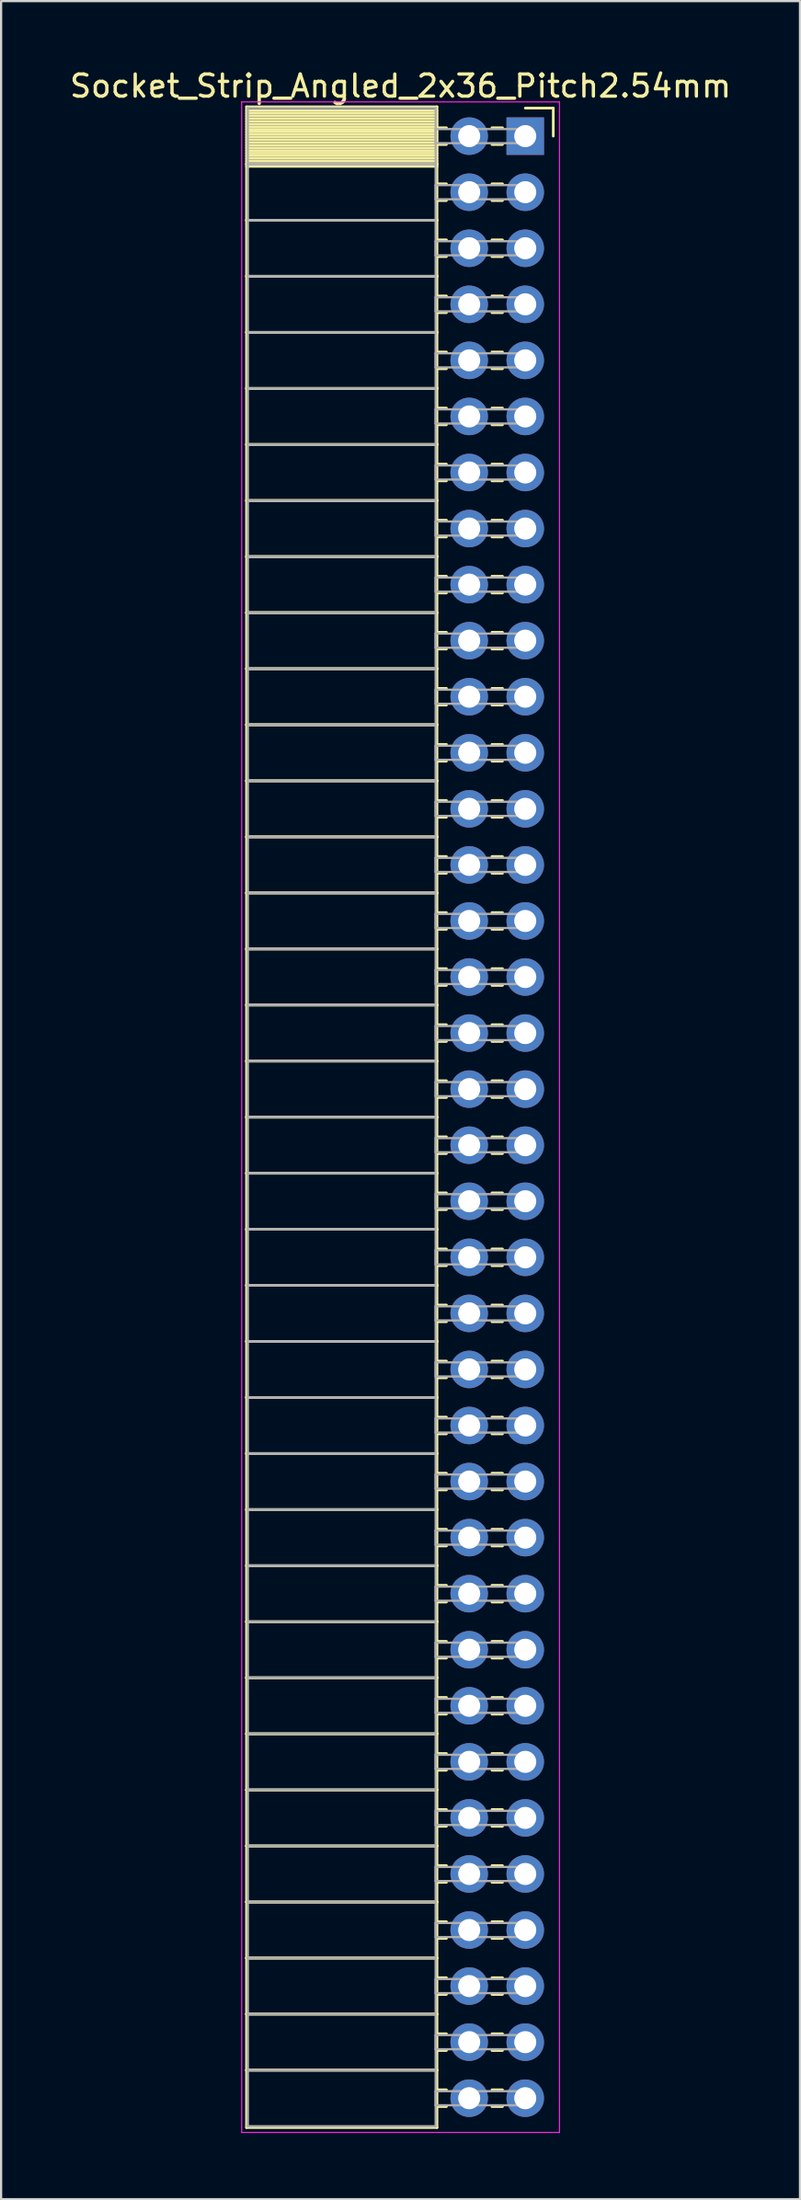
<source format=kicad_pcb>
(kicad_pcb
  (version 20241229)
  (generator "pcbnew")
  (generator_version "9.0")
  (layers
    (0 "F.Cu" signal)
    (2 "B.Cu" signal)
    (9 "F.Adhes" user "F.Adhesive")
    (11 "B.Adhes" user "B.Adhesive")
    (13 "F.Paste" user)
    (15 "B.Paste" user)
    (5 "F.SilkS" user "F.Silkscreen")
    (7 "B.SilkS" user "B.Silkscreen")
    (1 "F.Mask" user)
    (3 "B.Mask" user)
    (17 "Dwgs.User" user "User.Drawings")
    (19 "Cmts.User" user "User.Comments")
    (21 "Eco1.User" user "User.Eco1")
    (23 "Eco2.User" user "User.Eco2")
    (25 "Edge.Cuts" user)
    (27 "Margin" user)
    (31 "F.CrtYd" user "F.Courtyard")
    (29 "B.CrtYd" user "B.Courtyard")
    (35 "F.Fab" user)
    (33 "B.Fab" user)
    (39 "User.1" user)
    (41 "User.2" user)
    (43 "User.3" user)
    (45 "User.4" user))
  (footprint "Socket_Strip_Angled_2x36_Pitch2.54mm"
    (layer "F.Cu")
    (at 20.751 3.118)
    (property "Reference" "Socket_Strip_Angled_2x36_Pitch2.54mm" (at -5.65 -2.27 0) (layer "F.SilkS") (effects (font (size 1 1) (thickness 0.15))))
    (attr through_hole)
    (fp_line (start -12.63 -1.33) (end -4 -1.33) (stroke (width 0.12) (type solid)) (layer "F.SilkS"))
    (fp_line (start -12.63 1.27) (end -12.63 -1.33) (stroke (width 0.12) (type solid)) (layer "F.SilkS"))
    (fp_line (start -12.63 1.27) (end -4 1.27) (stroke (width 0.12) (type solid)) (layer "F.SilkS"))
    (fp_line (start -12.63 3.81) (end -12.63 1.27) (stroke (width 0.12) (type solid)) (layer "F.SilkS"))
    (fp_line (start -12.63 3.81) (end -4 3.81) (stroke (width 0.12) (type solid)) (layer "F.SilkS"))
    (fp_line (start -12.63 6.35) (end -12.63 3.81) (stroke (width 0.12) (type solid)) (layer "F.SilkS"))
    (fp_line (start -12.63 6.35) (end -4 6.35) (stroke (width 0.12) (type solid)) (layer "F.SilkS"))
    (fp_line (start -12.63 8.89) (end -12.63 6.35) (stroke (width 0.12) (type solid)) (layer "F.SilkS"))
    (fp_line (start -12.63 8.89) (end -4 8.89) (stroke (width 0.12) (type solid)) (layer "F.SilkS"))
    (fp_line (start -12.63 11.43) (end -12.63 8.89) (stroke (width 0.12) (type solid)) (layer "F.SilkS"))
    (fp_line (start -12.63 11.43) (end -4 11.43) (stroke (width 0.12) (type solid)) (layer "F.SilkS"))
    (fp_line (start -12.63 13.97) (end -12.63 11.43) (stroke (width 0.12) (type solid)) (layer "F.SilkS"))
    (fp_line (start -12.63 13.97) (end -4 13.97) (stroke (width 0.12) (type solid)) (layer "F.SilkS"))
    (fp_line (start -12.63 16.51) (end -12.63 13.97) (stroke (width 0.12) (type solid)) (layer "F.SilkS"))
    (fp_line (start -12.63 16.51) (end -4 16.51) (stroke (width 0.12) (type solid)) (layer "F.SilkS"))
    (fp_line (start -12.63 19.05) (end -12.63 16.51) (stroke (width 0.12) (type solid)) (layer "F.SilkS"))
    (fp_line (start -12.63 19.05) (end -4 19.05) (stroke (width 0.12) (type solid)) (layer "F.SilkS"))
    (fp_line (start -12.63 21.59) (end -12.63 19.05) (stroke (width 0.12) (type solid)) (layer "F.SilkS"))
    (fp_line (start -12.63 21.59) (end -4 21.59) (stroke (width 0.12) (type solid)) (layer "F.SilkS"))
    (fp_line (start -12.63 24.13) (end -12.63 21.59) (stroke (width 0.12) (type solid)) (layer "F.SilkS"))
    (fp_line (start -12.63 24.13) (end -4 24.13) (stroke (width 0.12) (type solid)) (layer "F.SilkS"))
    (fp_line (start -12.63 26.67) (end -12.63 24.13) (stroke (width 0.12) (type solid)) (layer "F.SilkS"))
    (fp_line (start -12.63 26.67) (end -4 26.67) (stroke (width 0.12) (type solid)) (layer "F.SilkS"))
    (fp_line (start -12.63 29.21) (end -12.63 26.67) (stroke (width 0.12) (type solid)) (layer "F.SilkS"))
    (fp_line (start -12.63 29.21) (end -4 29.21) (stroke (width 0.12) (type solid)) (layer "F.SilkS"))
    (fp_line (start -12.63 31.75) (end -12.63 29.21) (stroke (width 0.12) (type solid)) (layer "F.SilkS"))
    (fp_line (start -12.63 31.75) (end -4 31.75) (stroke (width 0.12) (type solid)) (layer "F.SilkS"))
    (fp_line (start -12.63 34.29) (end -12.63 31.75) (stroke (width 0.12) (type solid)) (layer "F.SilkS"))
    (fp_line (start -12.63 34.29) (end -4 34.29) (stroke (width 0.12) (type solid)) (layer "F.SilkS"))
    (fp_line (start -12.63 36.83) (end -12.63 34.29) (stroke (width 0.12) (type solid)) (layer "F.SilkS"))
    (fp_line (start -12.63 36.83) (end -4 36.83) (stroke (width 0.12) (type solid)) (layer "F.SilkS"))
    (fp_line (start -12.63 39.37) (end -12.63 36.83) (stroke (width 0.12) (type solid)) (layer "F.SilkS"))
    (fp_line (start -12.63 39.37) (end -4 39.37) (stroke (width 0.12) (type solid)) (layer "F.SilkS"))
    (fp_line (start -12.63 41.91) (end -12.63 39.37) (stroke (width 0.12) (type solid)) (layer "F.SilkS"))
    (fp_line (start -12.63 41.91) (end -4 41.91) (stroke (width 0.12) (type solid)) (layer "F.SilkS"))
    (fp_line (start -12.63 44.45) (end -12.63 41.91) (stroke (width 0.12) (type solid)) (layer "F.SilkS"))
    (fp_line (start -12.63 44.45) (end -4 44.45) (stroke (width 0.12) (type solid)) (layer "F.SilkS"))
    (fp_line (start -12.63 46.99) (end -12.63 44.45) (stroke (width 0.12) (type solid)) (layer "F.SilkS"))
    (fp_line (start -12.63 46.99) (end -4 46.99) (stroke (width 0.12) (type solid)) (layer "F.SilkS"))
    (fp_line (start -12.63 49.53) (end -12.63 46.99) (stroke (width 0.12) (type solid)) (layer "F.SilkS"))
    (fp_line (start -12.63 49.53) (end -4 49.53) (stroke (width 0.12) (type solid)) (layer "F.SilkS"))
    (fp_line (start -12.63 52.07) (end -12.63 49.53) (stroke (width 0.12) (type solid)) (layer "F.SilkS"))
    (fp_line (start -12.63 52.07) (end -4 52.07) (stroke (width 0.12) (type solid)) (layer "F.SilkS"))
    (fp_line (start -12.63 54.61) (end -12.63 52.07) (stroke (width 0.12) (type solid)) (layer "F.SilkS"))
    (fp_line (start -12.63 54.61) (end -4 54.61) (stroke (width 0.12) (type solid)) (layer "F.SilkS"))
    (fp_line (start -12.63 57.15) (end -12.63 54.61) (stroke (width 0.12) (type solid)) (layer "F.SilkS"))
    (fp_line (start -12.63 57.15) (end -4 57.15) (stroke (width 0.12) (type solid)) (layer "F.SilkS"))
    (fp_line (start -12.63 59.69) (end -12.63 57.15) (stroke (width 0.12) (type solid)) (layer "F.SilkS"))
    (fp_line (start -12.63 59.69) (end -4 59.69) (stroke (width 0.12) (type solid)) (layer "F.SilkS"))
    (fp_line (start -12.63 62.23) (end -12.63 59.69) (stroke (width 0.12) (type solid)) (layer "F.SilkS"))
    (fp_line (start -12.63 62.23) (end -4 62.23) (stroke (width 0.12) (type solid)) (layer "F.SilkS"))
    (fp_line (start -12.63 64.77) (end -12.63 62.23) (stroke (width 0.12) (type solid)) (layer "F.SilkS"))
    (fp_line (start -12.63 64.77) (end -4 64.77) (stroke (width 0.12) (type solid)) (layer "F.SilkS"))
    (fp_line (start -12.63 67.31) (end -12.63 64.77) (stroke (width 0.12) (type solid)) (layer "F.SilkS"))
    (fp_line (start -12.63 67.31) (end -4 67.31) (stroke (width 0.12) (type solid)) (layer "F.SilkS"))
    (fp_line (start -12.63 69.85) (end -12.63 67.31) (stroke (width 0.12) (type solid)) (layer "F.SilkS"))
    (fp_line (start -12.63 69.85) (end -4 69.85) (stroke (width 0.12) (type solid)) (layer "F.SilkS"))
    (fp_line (start -12.63 72.39) (end -12.63 69.85) (stroke (width 0.12) (type solid)) (layer "F.SilkS"))
    (fp_line (start -12.63 72.39) (end -4 72.39) (stroke (width 0.12) (type solid)) (layer "F.SilkS"))
    (fp_line (start -12.63 74.93) (end -12.63 72.39) (stroke (width 0.12) (type solid)) (layer "F.SilkS"))
    (fp_line (start -12.63 74.93) (end -4 74.93) (stroke (width 0.12) (type solid)) (layer "F.SilkS"))
    (fp_line (start -12.63 77.47) (end -12.63 74.93) (stroke (width 0.12) (type solid)) (layer "F.SilkS"))
    (fp_line (start -12.63 77.47) (end -4 77.47) (stroke (width 0.12) (type solid)) (layer "F.SilkS"))
    (fp_line (start -12.63 80.01) (end -12.63 77.47) (stroke (width 0.12) (type solid)) (layer "F.SilkS"))
    (fp_line (start -12.63 80.01) (end -4 80.01) (stroke (width 0.12) (type solid)) (layer "F.SilkS"))
    (fp_line (start -12.63 82.55) (end -12.63 80.01) (stroke (width 0.12) (type solid)) (layer "F.SilkS"))
    (fp_line (start -12.63 82.55) (end -4 82.55) (stroke (width 0.12) (type solid)) (layer "F.SilkS"))
    (fp_line (start -12.63 85.09) (end -12.63 82.55) (stroke (width 0.12) (type solid)) (layer "F.SilkS"))
    (fp_line (start -12.63 85.09) (end -4 85.09) (stroke (width 0.12) (type solid)) (layer "F.SilkS"))
    (fp_line (start -12.63 87.63) (end -12.63 85.09) (stroke (width 0.12) (type solid)) (layer "F.SilkS"))
    (fp_line (start -12.63 87.63) (end -4 87.63) (stroke (width 0.12) (type solid)) (layer "F.SilkS"))
    (fp_line (start -12.63 90.23) (end -12.63 87.63) (stroke (width 0.12) (type solid)) (layer "F.SilkS"))
    (fp_line (start -4 -1.33) (end -4 1.27) (stroke (width 0.12) (type solid)) (layer "F.SilkS"))
    (fp_line (start -4 -1.15) (end -12.63 -1.15) (stroke (width 0.12) (type solid)) (layer "F.SilkS"))
    (fp_line (start -4 -1.03) (end -12.63 -1.03) (stroke (width 0.12) (type solid)) (layer "F.SilkS"))
    (fp_line (start -4 -0.91) (end -12.63 -0.91) (stroke (width 0.12) (type solid)) (layer "F.SilkS"))
    (fp_line (start -4 -0.79) (end -12.63 -0.79) (stroke (width 0.12) (type solid)) (layer "F.SilkS"))
    (fp_line (start -4 -0.67) (end -12.63 -0.67) (stroke (width 0.12) (type solid)) (layer "F.SilkS"))
    (fp_line (start -4 -0.55) (end -12.63 -0.55) (stroke (width 0.12) (type solid)) (layer "F.SilkS"))
    (fp_line (start -4 -0.43) (end -12.63 -0.43) (stroke (width 0.12) (type solid)) (layer "F.SilkS"))
    (fp_line (start -4 -0.31) (end -12.63 -0.31) (stroke (width 0.12) (type solid)) (layer "F.SilkS"))
    (fp_line (start -4 -0.19) (end -12.63 -0.19) (stroke (width 0.12) (type solid)) (layer "F.SilkS"))
    (fp_line (start -4 -0.07) (end -12.63 -0.07) (stroke (width 0.12) (type solid)) (layer "F.SilkS"))
    (fp_line (start -4 0.05) (end -12.63 0.05) (stroke (width 0.12) (type solid)) (layer "F.SilkS"))
    (fp_line (start -4 0.17) (end -12.63 0.17) (stroke (width 0.12) (type solid)) (layer "F.SilkS"))
    (fp_line (start -4 0.29) (end -12.63 0.29) (stroke (width 0.12) (type solid)) (layer "F.SilkS"))
    (fp_line (start -4 0.41) (end -12.63 0.41) (stroke (width 0.12) (type solid)) (layer "F.SilkS"))
    (fp_line (start -4 0.53) (end -12.63 0.53) (stroke (width 0.12) (type solid)) (layer "F.SilkS"))
    (fp_line (start -4 0.65) (end -12.63 0.65) (stroke (width 0.12) (type solid)) (layer "F.SilkS"))
    (fp_line (start -4 0.77) (end -12.63 0.77) (stroke (width 0.12) (type solid)) (layer "F.SilkS"))
    (fp_line (start -4 0.89) (end -12.63 0.89) (stroke (width 0.12) (type solid)) (layer "F.SilkS"))
    (fp_line (start -4 1.01) (end -12.63 1.01) (stroke (width 0.12) (type solid)) (layer "F.SilkS"))
    (fp_line (start -4 1.13) (end -12.63 1.13) (stroke (width 0.12) (type solid)) (layer "F.SilkS"))
    (fp_line (start -4 1.25) (end -12.63 1.25) (stroke (width 0.12) (type solid)) (layer "F.SilkS"))
    (fp_line (start -4 1.27) (end -12.63 1.27) (stroke (width 0.12) (type solid)) (layer "F.SilkS"))
    (fp_line (start -4 1.27) (end -4 3.81) (stroke (width 0.12) (type solid)) (layer "F.SilkS"))
    (fp_line (start -4 1.37) (end -12.63 1.37) (stroke (width 0.12) (type solid)) (layer "F.SilkS"))
    (fp_line (start -4 3.81) (end -12.63 3.81) (stroke (width 0.12) (type solid)) (layer "F.SilkS"))
    (fp_line (start -4 3.81) (end -4 6.35) (stroke (width 0.12) (type solid)) (layer "F.SilkS"))
    (fp_line (start -4 6.35) (end -12.63 6.35) (stroke (width 0.12) (type solid)) (layer "F.SilkS"))
    (fp_line (start -4 6.35) (end -4 8.89) (stroke (width 0.12) (type solid)) (layer "F.SilkS"))
    (fp_line (start -4 8.89) (end -12.63 8.89) (stroke (width 0.12) (type solid)) (layer "F.SilkS"))
    (fp_line (start -4 8.89) (end -4 11.43) (stroke (width 0.12) (type solid)) (layer "F.SilkS"))
    (fp_line (start -4 11.43) (end -12.63 11.43) (stroke (width 0.12) (type solid)) (layer "F.SilkS"))
    (fp_line (start -4 11.43) (end -4 13.97) (stroke (width 0.12) (type solid)) (layer "F.SilkS"))
    (fp_line (start -4 13.97) (end -12.63 13.97) (stroke (width 0.12) (type solid)) (layer "F.SilkS"))
    (fp_line (start -4 13.97) (end -4 16.51) (stroke (width 0.12) (type solid)) (layer "F.SilkS"))
    (fp_line (start -4 16.51) (end -12.63 16.51) (stroke (width 0.12) (type solid)) (layer "F.SilkS"))
    (fp_line (start -4 16.51) (end -4 19.05) (stroke (width 0.12) (type solid)) (layer "F.SilkS"))
    (fp_line (start -4 19.05) (end -12.63 19.05) (stroke (width 0.12) (type solid)) (layer "F.SilkS"))
    (fp_line (start -4 19.05) (end -4 21.59) (stroke (width 0.12) (type solid)) (layer "F.SilkS"))
    (fp_line (start -4 21.59) (end -12.63 21.59) (stroke (width 0.12) (type solid)) (layer "F.SilkS"))
    (fp_line (start -4 21.59) (end -4 24.13) (stroke (width 0.12) (type solid)) (layer "F.SilkS"))
    (fp_line (start -4 24.13) (end -12.63 24.13) (stroke (width 0.12) (type solid)) (layer "F.SilkS"))
    (fp_line (start -4 24.13) (end -4 26.67) (stroke (width 0.12) (type solid)) (layer "F.SilkS"))
    (fp_line (start -4 26.67) (end -12.63 26.67) (stroke (width 0.12) (type solid)) (layer "F.SilkS"))
    (fp_line (start -4 26.67) (end -4 29.21) (stroke (width 0.12) (type solid)) (layer "F.SilkS"))
    (fp_line (start -4 29.21) (end -12.63 29.21) (stroke (width 0.12) (type solid)) (layer "F.SilkS"))
    (fp_line (start -4 29.21) (end -4 31.75) (stroke (width 0.12) (type solid)) (layer "F.SilkS"))
    (fp_line (start -4 31.75) (end -12.63 31.75) (stroke (width 0.12) (type solid)) (layer "F.SilkS"))
    (fp_line (start -4 31.75) (end -4 34.29) (stroke (width 0.12) (type solid)) (layer "F.SilkS"))
    (fp_line (start -4 34.29) (end -12.63 34.29) (stroke (width 0.12) (type solid)) (layer "F.SilkS"))
    (fp_line (start -4 34.29) (end -4 36.83) (stroke (width 0.12) (type solid)) (layer "F.SilkS"))
    (fp_line (start -4 36.83) (end -12.63 36.83) (stroke (width 0.12) (type solid)) (layer "F.SilkS"))
    (fp_line (start -4 36.83) (end -4 39.37) (stroke (width 0.12) (type solid)) (layer "F.SilkS"))
    (fp_line (start -4 39.37) (end -12.63 39.37) (stroke (width 0.12) (type solid)) (layer "F.SilkS"))
    (fp_line (start -4 39.37) (end -4 41.91) (stroke (width 0.12) (type solid)) (layer "F.SilkS"))
    (fp_line (start -4 41.91) (end -12.63 41.91) (stroke (width 0.12) (type solid)) (layer "F.SilkS"))
    (fp_line (start -4 41.91) (end -4 44.45) (stroke (width 0.12) (type solid)) (layer "F.SilkS"))
    (fp_line (start -4 44.45) (end -12.63 44.45) (stroke (width 0.12) (type solid)) (layer "F.SilkS"))
    (fp_line (start -4 44.45) (end -4 46.99) (stroke (width 0.12) (type solid)) (layer "F.SilkS"))
    (fp_line (start -4 46.99) (end -12.63 46.99) (stroke (width 0.12) (type solid)) (layer "F.SilkS"))
    (fp_line (start -4 46.99) (end -4 49.53) (stroke (width 0.12) (type solid)) (layer "F.SilkS"))
    (fp_line (start -4 49.53) (end -12.63 49.53) (stroke (width 0.12) (type solid)) (layer "F.SilkS"))
    (fp_line (start -4 49.53) (end -4 52.07) (stroke (width 0.12) (type solid)) (layer "F.SilkS"))
    (fp_line (start -4 52.07) (end -12.63 52.07) (stroke (width 0.12) (type solid)) (layer "F.SilkS"))
    (fp_line (start -4 52.07) (end -4 54.61) (stroke (width 0.12) (type solid)) (layer "F.SilkS"))
    (fp_line (start -4 54.61) (end -12.63 54.61) (stroke (width 0.12) (type solid)) (layer "F.SilkS"))
    (fp_line (start -4 54.61) (end -4 57.15) (stroke (width 0.12) (type solid)) (layer "F.SilkS"))
    (fp_line (start -4 57.15) (end -12.63 57.15) (stroke (width 0.12) (type solid)) (layer "F.SilkS"))
    (fp_line (start -4 57.15) (end -4 59.69) (stroke (width 0.12) (type solid)) (layer "F.SilkS"))
    (fp_line (start -4 59.69) (end -12.63 59.69) (stroke (width 0.12) (type solid)) (layer "F.SilkS"))
    (fp_line (start -4 59.69) (end -4 62.23) (stroke (width 0.12) (type solid)) (layer "F.SilkS"))
    (fp_line (start -4 62.23) (end -12.63 62.23) (stroke (width 0.12) (type solid)) (layer "F.SilkS"))
    (fp_line (start -4 62.23) (end -4 64.77) (stroke (width 0.12) (type solid)) (layer "F.SilkS"))
    (fp_line (start -4 64.77) (end -12.63 64.77) (stroke (width 0.12) (type solid)) (layer "F.SilkS"))
    (fp_line (start -4 64.77) (end -4 67.31) (stroke (width 0.12) (type solid)) (layer "F.SilkS"))
    (fp_line (start -4 67.31) (end -12.63 67.31) (stroke (width 0.12) (type solid)) (layer "F.SilkS"))
    (fp_line (start -4 67.31) (end -4 69.85) (stroke (width 0.12) (type solid)) (layer "F.SilkS"))
    (fp_line (start -4 69.85) (end -12.63 69.85) (stroke (width 0.12) (type solid)) (layer "F.SilkS"))
    (fp_line (start -4 69.85) (end -4 72.39) (stroke (width 0.12) (type solid)) (layer "F.SilkS"))
    (fp_line (start -4 72.39) (end -12.63 72.39) (stroke (width 0.12) (type solid)) (layer "F.SilkS"))
    (fp_line (start -4 72.39) (end -4 74.93) (stroke (width 0.12) (type solid)) (layer "F.SilkS"))
    (fp_line (start -4 74.93) (end -12.63 74.93) (stroke (width 0.12) (type solid)) (layer "F.SilkS"))
    (fp_line (start -4 74.93) (end -4 77.47) (stroke (width 0.12) (type solid)) (layer "F.SilkS"))
    (fp_line (start -4 77.47) (end -12.63 77.47) (stroke (width 0.12) (type solid)) (layer "F.SilkS"))
    (fp_line (start -4 77.47) (end -4 80.01) (stroke (width 0.12) (type solid)) (layer "F.SilkS"))
    (fp_line (start -4 80.01) (end -12.63 80.01) (stroke (width 0.12) (type solid)) (layer "F.SilkS"))
    (fp_line (start -4 80.01) (end -4 82.55) (stroke (width 0.12) (type solid)) (layer "F.SilkS"))
    (fp_line (start -4 82.55) (end -12.63 82.55) (stroke (width 0.12) (type solid)) (layer "F.SilkS"))
    (fp_line (start -4 82.55) (end -4 85.09) (stroke (width 0.12) (type solid)) (layer "F.SilkS"))
    (fp_line (start -4 85.09) (end -12.63 85.09) (stroke (width 0.12) (type solid)) (layer "F.SilkS"))
    (fp_line (start -4 85.09) (end -4 87.63) (stroke (width 0.12) (type solid)) (layer "F.SilkS"))
    (fp_line (start -4 87.63) (end -12.63 87.63) (stroke (width 0.12) (type solid)) (layer "F.SilkS"))
    (fp_line (start -4 87.63) (end -4 90.23) (stroke (width 0.12) (type solid)) (layer "F.SilkS"))
    (fp_line (start -4 90.23) (end -12.63 90.23) (stroke (width 0.12) (type solid)) (layer "F.SilkS"))
    (fp_line (start -3.57 -0.38) (end -4 -0.38) (stroke (width 0.12) (type solid)) (layer "F.SilkS"))
    (fp_line (start -3.57 0.38) (end -4 0.38) (stroke (width 0.12) (type solid)) (layer "F.SilkS"))
    (fp_line (start -3.57 2.16) (end -4 2.16) (stroke (width 0.12) (type solid)) (layer "F.SilkS"))
    (fp_line (start -3.57 2.92) (end -4 2.92) (stroke (width 0.12) (type solid)) (layer "F.SilkS"))
    (fp_line (start -3.57 4.7) (end -4 4.7) (stroke (width 0.12) (type solid)) (layer "F.SilkS"))
    (fp_line (start -3.57 5.46) (end -4 5.46) (stroke (width 0.12) (type solid)) (layer "F.SilkS"))
    (fp_line (start -3.57 7.24) (end -4 7.24) (stroke (width 0.12) (type solid)) (layer "F.SilkS"))
    (fp_line (start -3.57 8) (end -4 8) (stroke (width 0.12) (type solid)) (layer "F.SilkS"))
    (fp_line (start -3.57 9.78) (end -4 9.78) (stroke (width 0.12) (type solid)) (layer "F.SilkS"))
    (fp_line (start -3.57 10.54) (end -4 10.54) (stroke (width 0.12) (type solid)) (layer "F.SilkS"))
    (fp_line (start -3.57 12.32) (end -4 12.32) (stroke (width 0.12) (type solid)) (layer "F.SilkS"))
    (fp_line (start -3.57 13.08) (end -4 13.08) (stroke (width 0.12) (type solid)) (layer "F.SilkS"))
    (fp_line (start -3.57 14.86) (end -4 14.86) (stroke (width 0.12) (type solid)) (layer "F.SilkS"))
    (fp_line (start -3.57 15.62) (end -4 15.62) (stroke (width 0.12) (type solid)) (layer "F.SilkS"))
    (fp_line (start -3.57 17.4) (end -4 17.4) (stroke (width 0.12) (type solid)) (layer "F.SilkS"))
    (fp_line (start -3.57 18.16) (end -4 18.16) (stroke (width 0.12) (type solid)) (layer "F.SilkS"))
    (fp_line (start -3.57 19.94) (end -4 19.94) (stroke (width 0.12) (type solid)) (layer "F.SilkS"))
    (fp_line (start -3.57 20.7) (end -4 20.7) (stroke (width 0.12) (type solid)) (layer "F.SilkS"))
    (fp_line (start -3.57 22.48) (end -4 22.48) (stroke (width 0.12) (type solid)) (layer "F.SilkS"))
    (fp_line (start -3.57 23.24) (end -4 23.24) (stroke (width 0.12) (type solid)) (layer "F.SilkS"))
    (fp_line (start -3.57 25.02) (end -4 25.02) (stroke (width 0.12) (type solid)) (layer "F.SilkS"))
    (fp_line (start -3.57 25.78) (end -4 25.78) (stroke (width 0.12) (type solid)) (layer "F.SilkS"))
    (fp_line (start -3.57 27.56) (end -4 27.56) (stroke (width 0.12) (type solid)) (layer "F.SilkS"))
    (fp_line (start -3.57 28.32) (end -4 28.32) (stroke (width 0.12) (type solid)) (layer "F.SilkS"))
    (fp_line (start -3.57 30.1) (end -4 30.1) (stroke (width 0.12) (type solid)) (layer "F.SilkS"))
    (fp_line (start -3.57 30.86) (end -4 30.86) (stroke (width 0.12) (type solid)) (layer "F.SilkS"))
    (fp_line (start -3.57 32.64) (end -4 32.64) (stroke (width 0.12) (type solid)) (layer "F.SilkS"))
    (fp_line (start -3.57 33.4) (end -4 33.4) (stroke (width 0.12) (type solid)) (layer "F.SilkS"))
    (fp_line (start -3.57 35.18) (end -4 35.18) (stroke (width 0.12) (type solid)) (layer "F.SilkS"))
    (fp_line (start -3.57 35.94) (end -4 35.94) (stroke (width 0.12) (type solid)) (layer "F.SilkS"))
    (fp_line (start -3.57 37.72) (end -4 37.72) (stroke (width 0.12) (type solid)) (layer "F.SilkS"))
    (fp_line (start -3.57 38.48) (end -4 38.48) (stroke (width 0.12) (type solid)) (layer "F.SilkS"))
    (fp_line (start -3.57 40.26) (end -4 40.26) (stroke (width 0.12) (type solid)) (layer "F.SilkS"))
    (fp_line (start -3.57 41.02) (end -4 41.02) (stroke (width 0.12) (type solid)) (layer "F.SilkS"))
    (fp_line (start -3.57 42.8) (end -4 42.8) (stroke (width 0.12) (type solid)) (layer "F.SilkS"))
    (fp_line (start -3.57 43.56) (end -4 43.56) (stroke (width 0.12) (type solid)) (layer "F.SilkS"))
    (fp_line (start -3.57 45.34) (end -4 45.34) (stroke (width 0.12) (type solid)) (layer "F.SilkS"))
    (fp_line (start -3.57 46.1) (end -4 46.1) (stroke (width 0.12) (type solid)) (layer "F.SilkS"))
    (fp_line (start -3.57 47.88) (end -4 47.88) (stroke (width 0.12) (type solid)) (layer "F.SilkS"))
    (fp_line (start -3.57 48.64) (end -4 48.64) (stroke (width 0.12) (type solid)) (layer "F.SilkS"))
    (fp_line (start -3.57 50.42) (end -4 50.42) (stroke (width 0.12) (type solid)) (layer "F.SilkS"))
    (fp_line (start -3.57 51.18) (end -4 51.18) (stroke (width 0.12) (type solid)) (layer "F.SilkS"))
    (fp_line (start -3.57 52.96) (end -4 52.96) (stroke (width 0.12) (type solid)) (layer "F.SilkS"))
    (fp_line (start -3.57 53.72) (end -4 53.72) (stroke (width 0.12) (type solid)) (layer "F.SilkS"))
    (fp_line (start -3.57 55.5) (end -4 55.5) (stroke (width 0.12) (type solid)) (layer "F.SilkS"))
    (fp_line (start -3.57 56.26) (end -4 56.26) (stroke (width 0.12) (type solid)) (layer "F.SilkS"))
    (fp_line (start -3.57 58.04) (end -4 58.04) (stroke (width 0.12) (type solid)) (layer "F.SilkS"))
    (fp_line (start -3.57 58.8) (end -4 58.8) (stroke (width 0.12) (type solid)) (layer "F.SilkS"))
    (fp_line (start -3.57 60.58) (end -4 60.58) (stroke (width 0.12) (type solid)) (layer "F.SilkS"))
    (fp_line (start -3.57 61.34) (end -4 61.34) (stroke (width 0.12) (type solid)) (layer "F.SilkS"))
    (fp_line (start -3.57 63.12) (end -4 63.12) (stroke (width 0.12) (type solid)) (layer "F.SilkS"))
    (fp_line (start -3.57 63.88) (end -4 63.88) (stroke (width 0.12) (type solid)) (layer "F.SilkS"))
    (fp_line (start -3.57 65.66) (end -4 65.66) (stroke (width 0.12) (type solid)) (layer "F.SilkS"))
    (fp_line (start -3.57 66.42) (end -4 66.42) (stroke (width 0.12) (type solid)) (layer "F.SilkS"))
    (fp_line (start -3.57 68.2) (end -4 68.2) (stroke (width 0.12) (type solid)) (layer "F.SilkS"))
    (fp_line (start -3.57 68.96) (end -4 68.96) (stroke (width 0.12) (type solid)) (layer "F.SilkS"))
    (fp_line (start -3.57 70.74) (end -4 70.74) (stroke (width 0.12) (type solid)) (layer "F.SilkS"))
    (fp_line (start -3.57 71.5) (end -4 71.5) (stroke (width 0.12) (type solid)) (layer "F.SilkS"))
    (fp_line (start -3.57 73.28) (end -4 73.28) (stroke (width 0.12) (type solid)) (layer "F.SilkS"))
    (fp_line (start -3.57 74.04) (end -4 74.04) (stroke (width 0.12) (type solid)) (layer "F.SilkS"))
    (fp_line (start -3.57 75.82) (end -4 75.82) (stroke (width 0.12) (type solid)) (layer "F.SilkS"))
    (fp_line (start -3.57 76.58) (end -4 76.58) (stroke (width 0.12) (type solid)) (layer "F.SilkS"))
    (fp_line (start -3.57 78.36) (end -4 78.36) (stroke (width 0.12) (type solid)) (layer "F.SilkS"))
    (fp_line (start -3.57 79.12) (end -4 79.12) (stroke (width 0.12) (type solid)) (layer "F.SilkS"))
    (fp_line (start -3.57 80.9) (end -4 80.9) (stroke (width 0.12) (type solid)) (layer "F.SilkS"))
    (fp_line (start -3.57 81.66) (end -4 81.66) (stroke (width 0.12) (type solid)) (layer "F.SilkS"))
    (fp_line (start -3.57 83.44) (end -4 83.44) (stroke (width 0.12) (type solid)) (layer "F.SilkS"))
    (fp_line (start -3.57 84.2) (end -4 84.2) (stroke (width 0.12) (type solid)) (layer "F.SilkS"))
    (fp_line (start -3.57 85.98) (end -4 85.98) (stroke (width 0.12) (type solid)) (layer "F.SilkS"))
    (fp_line (start -3.57 86.74) (end -4 86.74) (stroke (width 0.12) (type solid)) (layer "F.SilkS"))
    (fp_line (start -3.57 88.52) (end -4 88.52) (stroke (width 0.12) (type solid)) (layer "F.SilkS"))
    (fp_line (start -3.57 89.28) (end -4 89.28) (stroke (width 0.12) (type solid)) (layer "F.SilkS"))
    (fp_line (start -1.03 -0.38) (end -1.51 -0.38) (stroke (width 0.12) (type solid)) (layer "F.SilkS"))
    (fp_line (start -1.03 0.38) (end -1.51 0.38) (stroke (width 0.12) (type solid)) (layer "F.SilkS"))
    (fp_line (start -1.03 2.16) (end -1.51 2.16) (stroke (width 0.12) (type solid)) (layer "F.SilkS"))
    (fp_line (start -1.03 2.92) (end -1.51 2.92) (stroke (width 0.12) (type solid)) (layer "F.SilkS"))
    (fp_line (start -1.03 4.7) (end -1.51 4.7) (stroke (width 0.12) (type solid)) (layer "F.SilkS"))
    (fp_line (start -1.03 5.46) (end -1.51 5.46) (stroke (width 0.12) (type solid)) (layer "F.SilkS"))
    (fp_line (start -1.03 7.24) (end -1.51 7.24) (stroke (width 0.12) (type solid)) (layer "F.SilkS"))
    (fp_line (start -1.03 8) (end -1.51 8) (stroke (width 0.12) (type solid)) (layer "F.SilkS"))
    (fp_line (start -1.03 9.78) (end -1.51 9.78) (stroke (width 0.12) (type solid)) (layer "F.SilkS"))
    (fp_line (start -1.03 10.54) (end -1.51 10.54) (stroke (width 0.12) (type solid)) (layer "F.SilkS"))
    (fp_line (start -1.03 12.32) (end -1.51 12.32) (stroke (width 0.12) (type solid)) (layer "F.SilkS"))
    (fp_line (start -1.03 13.08) (end -1.51 13.08) (stroke (width 0.12) (type solid)) (layer "F.SilkS"))
    (fp_line (start -1.03 14.86) (end -1.51 14.86) (stroke (width 0.12) (type solid)) (layer "F.SilkS"))
    (fp_line (start -1.03 15.62) (end -1.51 15.62) (stroke (width 0.12) (type solid)) (layer "F.SilkS"))
    (fp_line (start -1.03 17.4) (end -1.51 17.4) (stroke (width 0.12) (type solid)) (layer "F.SilkS"))
    (fp_line (start -1.03 18.16) (end -1.51 18.16) (stroke (width 0.12) (type solid)) (layer "F.SilkS"))
    (fp_line (start -1.03 19.94) (end -1.51 19.94) (stroke (width 0.12) (type solid)) (layer "F.SilkS"))
    (fp_line (start -1.03 20.7) (end -1.51 20.7) (stroke (width 0.12) (type solid)) (layer "F.SilkS"))
    (fp_line (start -1.03 22.48) (end -1.51 22.48) (stroke (width 0.12) (type solid)) (layer "F.SilkS"))
    (fp_line (start -1.03 23.24) (end -1.51 23.24) (stroke (width 0.12) (type solid)) (layer "F.SilkS"))
    (fp_line (start -1.03 25.02) (end -1.51 25.02) (stroke (width 0.12) (type solid)) (layer "F.SilkS"))
    (fp_line (start -1.03 25.78) (end -1.51 25.78) (stroke (width 0.12) (type solid)) (layer "F.SilkS"))
    (fp_line (start -1.03 27.56) (end -1.51 27.56) (stroke (width 0.12) (type solid)) (layer "F.SilkS"))
    (fp_line (start -1.03 28.32) (end -1.51 28.32) (stroke (width 0.12) (type solid)) (layer "F.SilkS"))
    (fp_line (start -1.03 30.1) (end -1.51 30.1) (stroke (width 0.12) (type solid)) (layer "F.SilkS"))
    (fp_line (start -1.03 30.86) (end -1.51 30.86) (stroke (width 0.12) (type solid)) (layer "F.SilkS"))
    (fp_line (start -1.03 32.64) (end -1.51 32.64) (stroke (width 0.12) (type solid)) (layer "F.SilkS"))
    (fp_line (start -1.03 33.4) (end -1.51 33.4) (stroke (width 0.12) (type solid)) (layer "F.SilkS"))
    (fp_line (start -1.03 35.18) (end -1.51 35.18) (stroke (width 0.12) (type solid)) (layer "F.SilkS"))
    (fp_line (start -1.03 35.94) (end -1.51 35.94) (stroke (width 0.12) (type solid)) (layer "F.SilkS"))
    (fp_line (start -1.03 37.72) (end -1.51 37.72) (stroke (width 0.12) (type solid)) (layer "F.SilkS"))
    (fp_line (start -1.03 38.48) (end -1.51 38.48) (stroke (width 0.12) (type solid)) (layer "F.SilkS"))
    (fp_line (start -1.03 40.26) (end -1.51 40.26) (stroke (width 0.12) (type solid)) (layer "F.SilkS"))
    (fp_line (start -1.03 41.02) (end -1.51 41.02) (stroke (width 0.12) (type solid)) (layer "F.SilkS"))
    (fp_line (start -1.03 42.8) (end -1.51 42.8) (stroke (width 0.12) (type solid)) (layer "F.SilkS"))
    (fp_line (start -1.03 43.56) (end -1.51 43.56) (stroke (width 0.12) (type solid)) (layer "F.SilkS"))
    (fp_line (start -1.03 45.34) (end -1.51 45.34) (stroke (width 0.12) (type solid)) (layer "F.SilkS"))
    (fp_line (start -1.03 46.1) (end -1.51 46.1) (stroke (width 0.12) (type solid)) (layer "F.SilkS"))
    (fp_line (start -1.03 47.88) (end -1.51 47.88) (stroke (width 0.12) (type solid)) (layer "F.SilkS"))
    (fp_line (start -1.03 48.64) (end -1.51 48.64) (stroke (width 0.12) (type solid)) (layer "F.SilkS"))
    (fp_line (start -1.03 50.42) (end -1.51 50.42) (stroke (width 0.12) (type solid)) (layer "F.SilkS"))
    (fp_line (start -1.03 51.18) (end -1.51 51.18) (stroke (width 0.12) (type solid)) (layer "F.SilkS"))
    (fp_line (start -1.03 52.96) (end -1.51 52.96) (stroke (width 0.12) (type solid)) (layer "F.SilkS"))
    (fp_line (start -1.03 53.72) (end -1.51 53.72) (stroke (width 0.12) (type solid)) (layer "F.SilkS"))
    (fp_line (start -1.03 55.5) (end -1.51 55.5) (stroke (width 0.12) (type solid)) (layer "F.SilkS"))
    (fp_line (start -1.03 56.26) (end -1.51 56.26) (stroke (width 0.12) (type solid)) (layer "F.SilkS"))
    (fp_line (start -1.03 58.04) (end -1.51 58.04) (stroke (width 0.12) (type solid)) (layer "F.SilkS"))
    (fp_line (start -1.03 58.8) (end -1.51 58.8) (stroke (width 0.12) (type solid)) (layer "F.SilkS"))
    (fp_line (start -1.03 60.58) (end -1.51 60.58) (stroke (width 0.12) (type solid)) (layer "F.SilkS"))
    (fp_line (start -1.03 61.34) (end -1.51 61.34) (stroke (width 0.12) (type solid)) (layer "F.SilkS"))
    (fp_line (start -1.03 63.12) (end -1.51 63.12) (stroke (width 0.12) (type solid)) (layer "F.SilkS"))
    (fp_line (start -1.03 63.88) (end -1.51 63.88) (stroke (width 0.12) (type solid)) (layer "F.SilkS"))
    (fp_line (start -1.03 65.66) (end -1.51 65.66) (stroke (width 0.12) (type solid)) (layer "F.SilkS"))
    (fp_line (start -1.03 66.42) (end -1.51 66.42) (stroke (width 0.12) (type solid)) (layer "F.SilkS"))
    (fp_line (start -1.03 68.2) (end -1.51 68.2) (stroke (width 0.12) (type solid)) (layer "F.SilkS"))
    (fp_line (start -1.03 68.96) (end -1.51 68.96) (stroke (width 0.12) (type solid)) (layer "F.SilkS"))
    (fp_line (start -1.03 70.74) (end -1.51 70.74) (stroke (width 0.12) (type solid)) (layer "F.SilkS"))
    (fp_line (start -1.03 71.5) (end -1.51 71.5) (stroke (width 0.12) (type solid)) (layer "F.SilkS"))
    (fp_line (start -1.03 73.28) (end -1.51 73.28) (stroke (width 0.12) (type solid)) (layer "F.SilkS"))
    (fp_line (start -1.03 74.04) (end -1.51 74.04) (stroke (width 0.12) (type solid)) (layer "F.SilkS"))
    (fp_line (start -1.03 75.82) (end -1.51 75.82) (stroke (width 0.12) (type solid)) (layer "F.SilkS"))
    (fp_line (start -1.03 76.58) (end -1.51 76.58) (stroke (width 0.12) (type solid)) (layer "F.SilkS"))
    (fp_line (start -1.03 78.36) (end -1.51 78.36) (stroke (width 0.12) (type solid)) (layer "F.SilkS"))
    (fp_line (start -1.03 79.12) (end -1.51 79.12) (stroke (width 0.12) (type solid)) (layer "F.SilkS"))
    (fp_line (start -1.03 80.9) (end -1.51 80.9) (stroke (width 0.12) (type solid)) (layer "F.SilkS"))
    (fp_line (start -1.03 81.66) (end -1.51 81.66) (stroke (width 0.12) (type solid)) (layer "F.SilkS"))
    (fp_line (start -1.03 83.44) (end -1.51 83.44) (stroke (width 0.12) (type solid)) (layer "F.SilkS"))
    (fp_line (start -1.03 84.2) (end -1.51 84.2) (stroke (width 0.12) (type solid)) (layer "F.SilkS"))
    (fp_line (start -1.03 85.98) (end -1.51 85.98) (stroke (width 0.12) (type solid)) (layer "F.SilkS"))
    (fp_line (start -1.03 86.74) (end -1.51 86.74) (stroke (width 0.12) (type solid)) (layer "F.SilkS"))
    (fp_line (start -1.03 88.52) (end -1.51 88.52) (stroke (width 0.12) (type solid)) (layer "F.SilkS"))
    (fp_line (start -1.03 89.28) (end -1.51 89.28) (stroke (width 0.12) (type solid)) (layer "F.SilkS"))
    (fp_line (start 0 -1.27) (end 1.27 -1.27) (stroke (width 0.12) (type solid)) (layer "F.SilkS"))
    (fp_line (start 1.27 -1.27) (end 1.27 0) (stroke (width 0.12) (type solid)) (layer "F.SilkS"))
    (fp_line (start -12.85 -1.55) (end 1.55 -1.55) (stroke (width 0.05) (type solid)) (layer "F.CrtYd"))
    (fp_line (start -12.85 90.45) (end -12.85 -1.55) (stroke (width 0.05) (type solid)) (layer "F.CrtYd"))
    (fp_line (start 1.55 -1.55) (end 1.55 90.45) (stroke (width 0.05) (type solid)) (layer "F.CrtYd"))
    (fp_line (start 1.55 90.45) (end -12.85 90.45) (stroke (width 0.05) (type solid)) (layer "F.CrtYd"))
    (fp_line (start -12.57 -1.27) (end -4.06 -1.27) (stroke (width 0.1) (type solid)) (layer "F.Fab"))
    (fp_line (start -12.57 1.27) (end -12.57 -1.27) (stroke (width 0.1) (type solid)) (layer "F.Fab"))
    (fp_line (start -12.57 1.27) (end -4.06 1.27) (stroke (width 0.1) (type solid)) (layer "F.Fab"))
    (fp_line (start -12.57 3.81) (end -12.57 1.27) (stroke (width 0.1) (type solid)) (layer "F.Fab"))
    (fp_line (start -12.57 3.81) (end -4.06 3.81) (stroke (width 0.1) (type solid)) (layer "F.Fab"))
    (fp_line (start -12.57 6.35) (end -12.57 3.81) (stroke (width 0.1) (type solid)) (layer "F.Fab"))
    (fp_line (start -12.57 6.35) (end -4.06 6.35) (stroke (width 0.1) (type solid)) (layer "F.Fab"))
    (fp_line (start -12.57 8.89) (end -12.57 6.35) (stroke (width 0.1) (type solid)) (layer "F.Fab"))
    (fp_line (start -12.57 8.89) (end -4.06 8.89) (stroke (width 0.1) (type solid)) (layer "F.Fab"))
    (fp_line (start -12.57 11.43) (end -12.57 8.89) (stroke (width 0.1) (type solid)) (layer "F.Fab"))
    (fp_line (start -12.57 11.43) (end -4.06 11.43) (stroke (width 0.1) (type solid)) (layer "F.Fab"))
    (fp_line (start -12.57 13.97) (end -12.57 11.43) (stroke (width 0.1) (type solid)) (layer "F.Fab"))
    (fp_line (start -12.57 13.97) (end -4.06 13.97) (stroke (width 0.1) (type solid)) (layer "F.Fab"))
    (fp_line (start -12.57 16.51) (end -12.57 13.97) (stroke (width 0.1) (type solid)) (layer "F.Fab"))
    (fp_line (start -12.57 16.51) (end -4.06 16.51) (stroke (width 0.1) (type solid)) (layer "F.Fab"))
    (fp_line (start -12.57 19.05) (end -12.57 16.51) (stroke (width 0.1) (type solid)) (layer "F.Fab"))
    (fp_line (start -12.57 19.05) (end -4.06 19.05) (stroke (width 0.1) (type solid)) (layer "F.Fab"))
    (fp_line (start -12.57 21.59) (end -12.57 19.05) (stroke (width 0.1) (type solid)) (layer "F.Fab"))
    (fp_line (start -12.57 21.59) (end -4.06 21.59) (stroke (width 0.1) (type solid)) (layer "F.Fab"))
    (fp_line (start -12.57 24.13) (end -12.57 21.59) (stroke (width 0.1) (type solid)) (layer "F.Fab"))
    (fp_line (start -12.57 24.13) (end -4.06 24.13) (stroke (width 0.1) (type solid)) (layer "F.Fab"))
    (fp_line (start -12.57 26.67) (end -12.57 24.13) (stroke (width 0.1) (type solid)) (layer "F.Fab"))
    (fp_line (start -12.57 26.67) (end -4.06 26.67) (stroke (width 0.1) (type solid)) (layer "F.Fab"))
    (fp_line (start -12.57 29.21) (end -12.57 26.67) (stroke (width 0.1) (type solid)) (layer "F.Fab"))
    (fp_line (start -12.57 29.21) (end -4.06 29.21) (stroke (width 0.1) (type solid)) (layer "F.Fab"))
    (fp_line (start -12.57 31.75) (end -12.57 29.21) (stroke (width 0.1) (type solid)) (layer "F.Fab"))
    (fp_line (start -12.57 31.75) (end -4.06 31.75) (stroke (width 0.1) (type solid)) (layer "F.Fab"))
    (fp_line (start -12.57 34.29) (end -12.57 31.75) (stroke (width 0.1) (type solid)) (layer "F.Fab"))
    (fp_line (start -12.57 34.29) (end -4.06 34.29) (stroke (width 0.1) (type solid)) (layer "F.Fab"))
    (fp_line (start -12.57 36.83) (end -12.57 34.29) (stroke (width 0.1) (type solid)) (layer "F.Fab"))
    (fp_line (start -12.57 36.83) (end -4.06 36.83) (stroke (width 0.1) (type solid)) (layer "F.Fab"))
    (fp_line (start -12.57 39.37) (end -12.57 36.83) (stroke (width 0.1) (type solid)) (layer "F.Fab"))
    (fp_line (start -12.57 39.37) (end -4.06 39.37) (stroke (width 0.1) (type solid)) (layer "F.Fab"))
    (fp_line (start -12.57 41.91) (end -12.57 39.37) (stroke (width 0.1) (type solid)) (layer "F.Fab"))
    (fp_line (start -12.57 41.91) (end -4.06 41.91) (stroke (width 0.1) (type solid)) (layer "F.Fab"))
    (fp_line (start -12.57 44.45) (end -12.57 41.91) (stroke (width 0.1) (type solid)) (layer "F.Fab"))
    (fp_line (start -12.57 44.45) (end -4.06 44.45) (stroke (width 0.1) (type solid)) (layer "F.Fab"))
    (fp_line (start -12.57 46.99) (end -12.57 44.45) (stroke (width 0.1) (type solid)) (layer "F.Fab"))
    (fp_line (start -12.57 46.99) (end -4.06 46.99) (stroke (width 0.1) (type solid)) (layer "F.Fab"))
    (fp_line (start -12.57 49.53) (end -12.57 46.99) (stroke (width 0.1) (type solid)) (layer "F.Fab"))
    (fp_line (start -12.57 49.53) (end -4.06 49.53) (stroke (width 0.1) (type solid)) (layer "F.Fab"))
    (fp_line (start -12.57 52.07) (end -12.57 49.53) (stroke (width 0.1) (type solid)) (layer "F.Fab"))
    (fp_line (start -12.57 52.07) (end -4.06 52.07) (stroke (width 0.1) (type solid)) (layer "F.Fab"))
    (fp_line (start -12.57 54.61) (end -12.57 52.07) (stroke (width 0.1) (type solid)) (layer "F.Fab"))
    (fp_line (start -12.57 54.61) (end -4.06 54.61) (stroke (width 0.1) (type solid)) (layer "F.Fab"))
    (fp_line (start -12.57 57.15) (end -12.57 54.61) (stroke (width 0.1) (type solid)) (layer "F.Fab"))
    (fp_line (start -12.57 57.15) (end -4.06 57.15) (stroke (width 0.1) (type solid)) (layer "F.Fab"))
    (fp_line (start -12.57 59.69) (end -12.57 57.15) (stroke (width 0.1) (type solid)) (layer "F.Fab"))
    (fp_line (start -12.57 59.69) (end -4.06 59.69) (stroke (width 0.1) (type solid)) (layer "F.Fab"))
    (fp_line (start -12.57 62.23) (end -12.57 59.69) (stroke (width 0.1) (type solid)) (layer "F.Fab"))
    (fp_line (start -12.57 62.23) (end -4.06 62.23) (stroke (width 0.1) (type solid)) (layer "F.Fab"))
    (fp_line (start -12.57 64.77) (end -12.57 62.23) (stroke (width 0.1) (type solid)) (layer "F.Fab"))
    (fp_line (start -12.57 64.77) (end -4.06 64.77) (stroke (width 0.1) (type solid)) (layer "F.Fab"))
    (fp_line (start -12.57 67.31) (end -12.57 64.77) (stroke (width 0.1) (type solid)) (layer "F.Fab"))
    (fp_line (start -12.57 67.31) (end -4.06 67.31) (stroke (width 0.1) (type solid)) (layer "F.Fab"))
    (fp_line (start -12.57 69.85) (end -12.57 67.31) (stroke (width 0.1) (type solid)) (layer "F.Fab"))
    (fp_line (start -12.57 69.85) (end -4.06 69.85) (stroke (width 0.1) (type solid)) (layer "F.Fab"))
    (fp_line (start -12.57 72.39) (end -12.57 69.85) (stroke (width 0.1) (type solid)) (layer "F.Fab"))
    (fp_line (start -12.57 72.39) (end -4.06 72.39) (stroke (width 0.1) (type solid)) (layer "F.Fab"))
    (fp_line (start -12.57 74.93) (end -12.57 72.39) (stroke (width 0.1) (type solid)) (layer "F.Fab"))
    (fp_line (start -12.57 74.93) (end -4.06 74.93) (stroke (width 0.1) (type solid)) (layer "F.Fab"))
    (fp_line (start -12.57 77.47) (end -12.57 74.93) (stroke (width 0.1) (type solid)) (layer "F.Fab"))
    (fp_line (start -12.57 77.47) (end -4.06 77.47) (stroke (width 0.1) (type solid)) (layer "F.Fab"))
    (fp_line (start -12.57 80.01) (end -12.57 77.47) (stroke (width 0.1) (type solid)) (layer "F.Fab"))
    (fp_line (start -12.57 80.01) (end -4.06 80.01) (stroke (width 0.1) (type solid)) (layer "F.Fab"))
    (fp_line (start -12.57 82.55) (end -12.57 80.01) (stroke (width 0.1) (type solid)) (layer "F.Fab"))
    (fp_line (start -12.57 82.55) (end -4.06 82.55) (stroke (width 0.1) (type solid)) (layer "F.Fab"))
    (fp_line (start -12.57 85.09) (end -12.57 82.55) (stroke (width 0.1) (type solid)) (layer "F.Fab"))
    (fp_line (start -12.57 85.09) (end -4.06 85.09) (stroke (width 0.1) (type solid)) (layer "F.Fab"))
    (fp_line (start -12.57 87.63) (end -12.57 85.09) (stroke (width 0.1) (type solid)) (layer "F.Fab"))
    (fp_line (start -12.57 87.63) (end -4.06 87.63) (stroke (width 0.1) (type solid)) (layer "F.Fab"))
    (fp_line (start -12.57 90.17) (end -12.57 87.63) (stroke (width 0.1) (type solid)) (layer "F.Fab"))
    (fp_line (start -4.06 -1.27) (end -4.06 1.27) (stroke (width 0.1) (type solid)) (layer "F.Fab"))
    (fp_line (start -4.06 -0.32) (end 0 -0.32) (stroke (width 0.1) (type solid)) (layer "F.Fab"))
    (fp_line (start -4.06 0.32) (end -4.06 -0.32) (stroke (width 0.1) (type solid)) (layer "F.Fab"))
    (fp_line (start -4.06 1.27) (end -12.57 1.27) (stroke (width 0.1) (type solid)) (layer "F.Fab"))
    (fp_line (start -4.06 1.27) (end -4.06 3.81) (stroke (width 0.1) (type solid)) (layer "F.Fab"))
    (fp_line (start -4.06 2.22) (end 0 2.22) (stroke (width 0.1) (type solid)) (layer "F.Fab"))
    (fp_line (start -4.06 2.86) (end -4.06 2.22) (stroke (width 0.1) (type solid)) (layer "F.Fab"))
    (fp_line (start -4.06 3.81) (end -12.57 3.81) (stroke (width 0.1) (type solid)) (layer "F.Fab"))
    (fp_line (start -4.06 3.81) (end -4.06 6.35) (stroke (width 0.1) (type solid)) (layer "F.Fab"))
    (fp_line (start -4.06 4.76) (end 0 4.76) (stroke (width 0.1) (type solid)) (layer "F.Fab"))
    (fp_line (start -4.06 5.4) (end -4.06 4.76) (stroke (width 0.1) (type solid)) (layer "F.Fab"))
    (fp_line (start -4.06 6.35) (end -12.57 6.35) (stroke (width 0.1) (type solid)) (layer "F.Fab"))
    (fp_line (start -4.06 6.35) (end -4.06 8.89) (stroke (width 0.1) (type solid)) (layer "F.Fab"))
    (fp_line (start -4.06 7.3) (end 0 7.3) (stroke (width 0.1) (type solid)) (layer "F.Fab"))
    (fp_line (start -4.06 7.94) (end -4.06 7.3) (stroke (width 0.1) (type solid)) (layer "F.Fab"))
    (fp_line (start -4.06 8.89) (end -12.57 8.89) (stroke (width 0.1) (type solid)) (layer "F.Fab"))
    (fp_line (start -4.06 8.89) (end -4.06 11.43) (stroke (width 0.1) (type solid)) (layer "F.Fab"))
    (fp_line (start -4.06 9.84) (end 0 9.84) (stroke (width 0.1) (type solid)) (layer "F.Fab"))
    (fp_line (start -4.06 10.48) (end -4.06 9.84) (stroke (width 0.1) (type solid)) (layer "F.Fab"))
    (fp_line (start -4.06 11.43) (end -12.57 11.43) (stroke (width 0.1) (type solid)) (layer "F.Fab"))
    (fp_line (start -4.06 11.43) (end -4.06 13.97) (stroke (width 0.1) (type solid)) (layer "F.Fab"))
    (fp_line (start -4.06 12.38) (end 0 12.38) (stroke (width 0.1) (type solid)) (layer "F.Fab"))
    (fp_line (start -4.06 13.02) (end -4.06 12.38) (stroke (width 0.1) (type solid)) (layer "F.Fab"))
    (fp_line (start -4.06 13.97) (end -12.57 13.97) (stroke (width 0.1) (type solid)) (layer "F.Fab"))
    (fp_line (start -4.06 13.97) (end -4.06 16.51) (stroke (width 0.1) (type solid)) (layer "F.Fab"))
    (fp_line (start -4.06 14.92) (end 0 14.92) (stroke (width 0.1) (type solid)) (layer "F.Fab"))
    (fp_line (start -4.06 15.56) (end -4.06 14.92) (stroke (width 0.1) (type solid)) (layer "F.Fab"))
    (fp_line (start -4.06 16.51) (end -12.57 16.51) (stroke (width 0.1) (type solid)) (layer "F.Fab"))
    (fp_line (start -4.06 16.51) (end -4.06 19.05) (stroke (width 0.1) (type solid)) (layer "F.Fab"))
    (fp_line (start -4.06 17.46) (end 0 17.46) (stroke (width 0.1) (type solid)) (layer "F.Fab"))
    (fp_line (start -4.06 18.1) (end -4.06 17.46) (stroke (width 0.1) (type solid)) (layer "F.Fab"))
    (fp_line (start -4.06 19.05) (end -12.57 19.05) (stroke (width 0.1) (type solid)) (layer "F.Fab"))
    (fp_line (start -4.06 19.05) (end -4.06 21.59) (stroke (width 0.1) (type solid)) (layer "F.Fab"))
    (fp_line (start -4.06 20) (end 0 20) (stroke (width 0.1) (type solid)) (layer "F.Fab"))
    (fp_line (start -4.06 20.64) (end -4.06 20) (stroke (width 0.1) (type solid)) (layer "F.Fab"))
    (fp_line (start -4.06 21.59) (end -12.57 21.59) (stroke (width 0.1) (type solid)) (layer "F.Fab"))
    (fp_line (start -4.06 21.59) (end -4.06 24.13) (stroke (width 0.1) (type solid)) (layer "F.Fab"))
    (fp_line (start -4.06 22.54) (end 0 22.54) (stroke (width 0.1) (type solid)) (layer "F.Fab"))
    (fp_line (start -4.06 23.18) (end -4.06 22.54) (stroke (width 0.1) (type solid)) (layer "F.Fab"))
    (fp_line (start -4.06 24.13) (end -12.57 24.13) (stroke (width 0.1) (type solid)) (layer "F.Fab"))
    (fp_line (start -4.06 24.13) (end -4.06 26.67) (stroke (width 0.1) (type solid)) (layer "F.Fab"))
    (fp_line (start -4.06 25.08) (end 0 25.08) (stroke (width 0.1) (type solid)) (layer "F.Fab"))
    (fp_line (start -4.06 25.72) (end -4.06 25.08) (stroke (width 0.1) (type solid)) (layer "F.Fab"))
    (fp_line (start -4.06 26.67) (end -12.57 26.67) (stroke (width 0.1) (type solid)) (layer "F.Fab"))
    (fp_line (start -4.06 26.67) (end -4.06 29.21) (stroke (width 0.1) (type solid)) (layer "F.Fab"))
    (fp_line (start -4.06 27.62) (end 0 27.62) (stroke (width 0.1) (type solid)) (layer "F.Fab"))
    (fp_line (start -4.06 28.26) (end -4.06 27.62) (stroke (width 0.1) (type solid)) (layer "F.Fab"))
    (fp_line (start -4.06 29.21) (end -12.57 29.21) (stroke (width 0.1) (type solid)) (layer "F.Fab"))
    (fp_line (start -4.06 29.21) (end -4.06 31.75) (stroke (width 0.1) (type solid)) (layer "F.Fab"))
    (fp_line (start -4.06 30.16) (end 0 30.16) (stroke (width 0.1) (type solid)) (layer "F.Fab"))
    (fp_line (start -4.06 30.8) (end -4.06 30.16) (stroke (width 0.1) (type solid)) (layer "F.Fab"))
    (fp_line (start -4.06 31.75) (end -12.57 31.75) (stroke (width 0.1) (type solid)) (layer "F.Fab"))
    (fp_line (start -4.06 31.75) (end -4.06 34.29) (stroke (width 0.1) (type solid)) (layer "F.Fab"))
    (fp_line (start -4.06 32.7) (end 0 32.7) (stroke (width 0.1) (type solid)) (layer "F.Fab"))
    (fp_line (start -4.06 33.34) (end -4.06 32.7) (stroke (width 0.1) (type solid)) (layer "F.Fab"))
    (fp_line (start -4.06 34.29) (end -12.57 34.29) (stroke (width 0.1) (type solid)) (layer "F.Fab"))
    (fp_line (start -4.06 34.29) (end -4.06 36.83) (stroke (width 0.1) (type solid)) (layer "F.Fab"))
    (fp_line (start -4.06 35.24) (end 0 35.24) (stroke (width 0.1) (type solid)) (layer "F.Fab"))
    (fp_line (start -4.06 35.88) (end -4.06 35.24) (stroke (width 0.1) (type solid)) (layer "F.Fab"))
    (fp_line (start -4.06 36.83) (end -12.57 36.83) (stroke (width 0.1) (type solid)) (layer "F.Fab"))
    (fp_line (start -4.06 36.83) (end -4.06 39.37) (stroke (width 0.1) (type solid)) (layer "F.Fab"))
    (fp_line (start -4.06 37.78) (end 0 37.78) (stroke (width 0.1) (type solid)) (layer "F.Fab"))
    (fp_line (start -4.06 38.42) (end -4.06 37.78) (stroke (width 0.1) (type solid)) (layer "F.Fab"))
    (fp_line (start -4.06 39.37) (end -12.57 39.37) (stroke (width 0.1) (type solid)) (layer "F.Fab"))
    (fp_line (start -4.06 39.37) (end -4.06 41.91) (stroke (width 0.1) (type solid)) (layer "F.Fab"))
    (fp_line (start -4.06 40.32) (end 0 40.32) (stroke (width 0.1) (type solid)) (layer "F.Fab"))
    (fp_line (start -4.06 40.96) (end -4.06 40.32) (stroke (width 0.1) (type solid)) (layer "F.Fab"))
    (fp_line (start -4.06 41.91) (end -12.57 41.91) (stroke (width 0.1) (type solid)) (layer "F.Fab"))
    (fp_line (start -4.06 41.91) (end -4.06 44.45) (stroke (width 0.1) (type solid)) (layer "F.Fab"))
    (fp_line (start -4.06 42.86) (end 0 42.86) (stroke (width 0.1) (type solid)) (layer "F.Fab"))
    (fp_line (start -4.06 43.5) (end -4.06 42.86) (stroke (width 0.1) (type solid)) (layer "F.Fab"))
    (fp_line (start -4.06 44.45) (end -12.57 44.45) (stroke (width 0.1) (type solid)) (layer "F.Fab"))
    (fp_line (start -4.06 44.45) (end -4.06 46.99) (stroke (width 0.1) (type solid)) (layer "F.Fab"))
    (fp_line (start -4.06 45.4) (end 0 45.4) (stroke (width 0.1) (type solid)) (layer "F.Fab"))
    (fp_line (start -4.06 46.04) (end -4.06 45.4) (stroke (width 0.1) (type solid)) (layer "F.Fab"))
    (fp_line (start -4.06 46.99) (end -12.57 46.99) (stroke (width 0.1) (type solid)) (layer "F.Fab"))
    (fp_line (start -4.06 46.99) (end -4.06 49.53) (stroke (width 0.1) (type solid)) (layer "F.Fab"))
    (fp_line (start -4.06 47.94) (end 0 47.94) (stroke (width 0.1) (type solid)) (layer "F.Fab"))
    (fp_line (start -4.06 48.58) (end -4.06 47.94) (stroke (width 0.1) (type solid)) (layer "F.Fab"))
    (fp_line (start -4.06 49.53) (end -12.57 49.53) (stroke (width 0.1) (type solid)) (layer "F.Fab"))
    (fp_line (start -4.06 49.53) (end -4.06 52.07) (stroke (width 0.1) (type solid)) (layer "F.Fab"))
    (fp_line (start -4.06 50.48) (end 0 50.48) (stroke (width 0.1) (type solid)) (layer "F.Fab"))
    (fp_line (start -4.06 51.12) (end -4.06 50.48) (stroke (width 0.1) (type solid)) (layer "F.Fab"))
    (fp_line (start -4.06 52.07) (end -12.57 52.07) (stroke (width 0.1) (type solid)) (layer "F.Fab"))
    (fp_line (start -4.06 52.07) (end -4.06 54.61) (stroke (width 0.1) (type solid)) (layer "F.Fab"))
    (fp_line (start -4.06 53.02) (end 0 53.02) (stroke (width 0.1) (type solid)) (layer "F.Fab"))
    (fp_line (start -4.06 53.66) (end -4.06 53.02) (stroke (width 0.1) (type solid)) (layer "F.Fab"))
    (fp_line (start -4.06 54.61) (end -12.57 54.61) (stroke (width 0.1) (type solid)) (layer "F.Fab"))
    (fp_line (start -4.06 54.61) (end -4.06 57.15) (stroke (width 0.1) (type solid)) (layer "F.Fab"))
    (fp_line (start -4.06 55.56) (end 0 55.56) (stroke (width 0.1) (type solid)) (layer "F.Fab"))
    (fp_line (start -4.06 56.2) (end -4.06 55.56) (stroke (width 0.1) (type solid)) (layer "F.Fab"))
    (fp_line (start -4.06 57.15) (end -12.57 57.15) (stroke (width 0.1) (type solid)) (layer "F.Fab"))
    (fp_line (start -4.06 57.15) (end -4.06 59.69) (stroke (width 0.1) (type solid)) (layer "F.Fab"))
    (fp_line (start -4.06 58.1) (end 0 58.1) (stroke (width 0.1) (type solid)) (layer "F.Fab"))
    (fp_line (start -4.06 58.74) (end -4.06 58.1) (stroke (width 0.1) (type solid)) (layer "F.Fab"))
    (fp_line (start -4.06 59.69) (end -12.57 59.69) (stroke (width 0.1) (type solid)) (layer "F.Fab"))
    (fp_line (start -4.06 59.69) (end -4.06 62.23) (stroke (width 0.1) (type solid)) (layer "F.Fab"))
    (fp_line (start -4.06 60.64) (end 0 60.64) (stroke (width 0.1) (type solid)) (layer "F.Fab"))
    (fp_line (start -4.06 61.28) (end -4.06 60.64) (stroke (width 0.1) (type solid)) (layer "F.Fab"))
    (fp_line (start -4.06 62.23) (end -12.57 62.23) (stroke (width 0.1) (type solid)) (layer "F.Fab"))
    (fp_line (start -4.06 62.23) (end -4.06 64.77) (stroke (width 0.1) (type solid)) (layer "F.Fab"))
    (fp_line (start -4.06 63.18) (end 0 63.18) (stroke (width 0.1) (type solid)) (layer "F.Fab"))
    (fp_line (start -4.06 63.82) (end -4.06 63.18) (stroke (width 0.1) (type solid)) (layer "F.Fab"))
    (fp_line (start -4.06 64.77) (end -12.57 64.77) (stroke (width 0.1) (type solid)) (layer "F.Fab"))
    (fp_line (start -4.06 64.77) (end -4.06 67.31) (stroke (width 0.1) (type solid)) (layer "F.Fab"))
    (fp_line (start -4.06 65.72) (end 0 65.72) (stroke (width 0.1) (type solid)) (layer "F.Fab"))
    (fp_line (start -4.06 66.36) (end -4.06 65.72) (stroke (width 0.1) (type solid)) (layer "F.Fab"))
    (fp_line (start -4.06 67.31) (end -12.57 67.31) (stroke (width 0.1) (type solid)) (layer "F.Fab"))
    (fp_line (start -4.06 67.31) (end -4.06 69.85) (stroke (width 0.1) (type solid)) (layer "F.Fab"))
    (fp_line (start -4.06 68.26) (end 0 68.26) (stroke (width 0.1) (type solid)) (layer "F.Fab"))
    (fp_line (start -4.06 68.9) (end -4.06 68.26) (stroke (width 0.1) (type solid)) (layer "F.Fab"))
    (fp_line (start -4.06 69.85) (end -12.57 69.85) (stroke (width 0.1) (type solid)) (layer "F.Fab"))
    (fp_line (start -4.06 69.85) (end -4.06 72.39) (stroke (width 0.1) (type solid)) (layer "F.Fab"))
    (fp_line (start -4.06 70.8) (end 0 70.8) (stroke (width 0.1) (type solid)) (layer "F.Fab"))
    (fp_line (start -4.06 71.44) (end -4.06 70.8) (stroke (width 0.1) (type solid)) (layer "F.Fab"))
    (fp_line (start -4.06 72.39) (end -12.57 72.39) (stroke (width 0.1) (type solid)) (layer "F.Fab"))
    (fp_line (start -4.06 72.39) (end -4.06 74.93) (stroke (width 0.1) (type solid)) (layer "F.Fab"))
    (fp_line (start -4.06 73.34) (end 0 73.34) (stroke (width 0.1) (type solid)) (layer "F.Fab"))
    (fp_line (start -4.06 73.98) (end -4.06 73.34) (stroke (width 0.1) (type solid)) (layer "F.Fab"))
    (fp_line (start -4.06 74.93) (end -12.57 74.93) (stroke (width 0.1) (type solid)) (layer "F.Fab"))
    (fp_line (start -4.06 74.93) (end -4.06 77.47) (stroke (width 0.1) (type solid)) (layer "F.Fab"))
    (fp_line (start -4.06 75.88) (end 0 75.88) (stroke (width 0.1) (type solid)) (layer "F.Fab"))
    (fp_line (start -4.06 76.52) (end -4.06 75.88) (stroke (width 0.1) (type solid)) (layer "F.Fab"))
    (fp_line (start -4.06 77.47) (end -12.57 77.47) (stroke (width 0.1) (type solid)) (layer "F.Fab"))
    (fp_line (start -4.06 77.47) (end -4.06 80.01) (stroke (width 0.1) (type solid)) (layer "F.Fab"))
    (fp_line (start -4.06 78.42) (end 0 78.42) (stroke (width 0.1) (type solid)) (layer "F.Fab"))
    (fp_line (start -4.06 79.06) (end -4.06 78.42) (stroke (width 0.1) (type solid)) (layer "F.Fab"))
    (fp_line (start -4.06 80.01) (end -12.57 80.01) (stroke (width 0.1) (type solid)) (layer "F.Fab"))
    (fp_line (start -4.06 80.01) (end -4.06 82.55) (stroke (width 0.1) (type solid)) (layer "F.Fab"))
    (fp_line (start -4.06 80.96) (end 0 80.96) (stroke (width 0.1) (type solid)) (layer "F.Fab"))
    (fp_line (start -4.06 81.6) (end -4.06 80.96) (stroke (width 0.1) (type solid)) (layer "F.Fab"))
    (fp_line (start -4.06 82.55) (end -12.57 82.55) (stroke (width 0.1) (type solid)) (layer "F.Fab"))
    (fp_line (start -4.06 82.55) (end -4.06 85.09) (stroke (width 0.1) (type solid)) (layer "F.Fab"))
    (fp_line (start -4.06 83.5) (end 0 83.5) (stroke (width 0.1) (type solid)) (layer "F.Fab"))
    (fp_line (start -4.06 84.14) (end -4.06 83.5) (stroke (width 0.1) (type solid)) (layer "F.Fab"))
    (fp_line (start -4.06 85.09) (end -12.57 85.09) (stroke (width 0.1) (type solid)) (layer "F.Fab"))
    (fp_line (start -4.06 85.09) (end -4.06 87.63) (stroke (width 0.1) (type solid)) (layer "F.Fab"))
    (fp_line (start -4.06 86.04) (end 0 86.04) (stroke (width 0.1) (type solid)) (layer "F.Fab"))
    (fp_line (start -4.06 86.68) (end -4.06 86.04) (stroke (width 0.1) (type solid)) (layer "F.Fab"))
    (fp_line (start -4.06 87.63) (end -12.57 87.63) (stroke (width 0.1) (type solid)) (layer "F.Fab"))
    (fp_line (start -4.06 87.63) (end -4.06 90.17) (stroke (width 0.1) (type solid)) (layer "F.Fab"))
    (fp_line (start -4.06 88.58) (end 0 88.58) (stroke (width 0.1) (type solid)) (layer "F.Fab"))
    (fp_line (start -4.06 89.22) (end -4.06 88.58) (stroke (width 0.1) (type solid)) (layer "F.Fab"))
    (fp_line (start -4.06 90.17) (end -12.57 90.17) (stroke (width 0.1) (type solid)) (layer "F.Fab"))
    (fp_line (start 0 -0.32) (end 0 0.32) (stroke (width 0.1) (type solid)) (layer "F.Fab"))
    (fp_line (start 0 0.32) (end -4.06 0.32) (stroke (width 0.1) (type solid)) (layer "F.Fab"))
    (fp_line (start 0 2.22) (end 0 2.86) (stroke (width 0.1) (type solid)) (layer "F.Fab"))
    (fp_line (start 0 2.86) (end -4.06 2.86) (stroke (width 0.1) (type solid)) (layer "F.Fab"))
    (fp_line (start 0 4.76) (end 0 5.4) (stroke (width 0.1) (type solid)) (layer "F.Fab"))
    (fp_line (start 0 5.4) (end -4.06 5.4) (stroke (width 0.1) (type solid)) (layer "F.Fab"))
    (fp_line (start 0 7.3) (end 0 7.94) (stroke (width 0.1) (type solid)) (layer "F.Fab"))
    (fp_line (start 0 7.94) (end -4.06 7.94) (stroke (width 0.1) (type solid)) (layer "F.Fab"))
    (fp_line (start 0 9.84) (end 0 10.48) (stroke (width 0.1) (type solid)) (layer "F.Fab"))
    (fp_line (start 0 10.48) (end -4.06 10.48) (stroke (width 0.1) (type solid)) (layer "F.Fab"))
    (fp_line (start 0 12.38) (end 0 13.02) (stroke (width 0.1) (type solid)) (layer "F.Fab"))
    (fp_line (start 0 13.02) (end -4.06 13.02) (stroke (width 0.1) (type solid)) (layer "F.Fab"))
    (fp_line (start 0 14.92) (end 0 15.56) (stroke (width 0.1) (type solid)) (layer "F.Fab"))
    (fp_line (start 0 15.56) (end -4.06 15.56) (stroke (width 0.1) (type solid)) (layer "F.Fab"))
    (fp_line (start 0 17.46) (end 0 18.1) (stroke (width 0.1) (type solid)) (layer "F.Fab"))
    (fp_line (start 0 18.1) (end -4.06 18.1) (stroke (width 0.1) (type solid)) (layer "F.Fab"))
    (fp_line (start 0 20) (end 0 20.64) (stroke (width 0.1) (type solid)) (layer "F.Fab"))
    (fp_line (start 0 20.64) (end -4.06 20.64) (stroke (width 0.1) (type solid)) (layer "F.Fab"))
    (fp_line (start 0 22.54) (end 0 23.18) (stroke (width 0.1) (type solid)) (layer "F.Fab"))
    (fp_line (start 0 23.18) (end -4.06 23.18) (stroke (width 0.1) (type solid)) (layer "F.Fab"))
    (fp_line (start 0 25.08) (end 0 25.72) (stroke (width 0.1) (type solid)) (layer "F.Fab"))
    (fp_line (start 0 25.72) (end -4.06 25.72) (stroke (width 0.1) (type solid)) (layer "F.Fab"))
    (fp_line (start 0 27.62) (end 0 28.26) (stroke (width 0.1) (type solid)) (layer "F.Fab"))
    (fp_line (start 0 28.26) (end -4.06 28.26) (stroke (width 0.1) (type solid)) (layer "F.Fab"))
    (fp_line (start 0 30.16) (end 0 30.8) (stroke (width 0.1) (type solid)) (layer "F.Fab"))
    (fp_line (start 0 30.8) (end -4.06 30.8) (stroke (width 0.1) (type solid)) (layer "F.Fab"))
    (fp_line (start 0 32.7) (end 0 33.34) (stroke (width 0.1) (type solid)) (layer "F.Fab"))
    (fp_line (start 0 33.34) (end -4.06 33.34) (stroke (width 0.1) (type solid)) (layer "F.Fab"))
    (fp_line (start 0 35.24) (end 0 35.88) (stroke (width 0.1) (type solid)) (layer "F.Fab"))
    (fp_line (start 0 35.88) (end -4.06 35.88) (stroke (width 0.1) (type solid)) (layer "F.Fab"))
    (fp_line (start 0 37.78) (end 0 38.42) (stroke (width 0.1) (type solid)) (layer "F.Fab"))
    (fp_line (start 0 38.42) (end -4.06 38.42) (stroke (width 0.1) (type solid)) (layer "F.Fab"))
    (fp_line (start 0 40.32) (end 0 40.96) (stroke (width 0.1) (type solid)) (layer "F.Fab"))
    (fp_line (start 0 40.96) (end -4.06 40.96) (stroke (width 0.1) (type solid)) (layer "F.Fab"))
    (fp_line (start 0 42.86) (end 0 43.5) (stroke (width 0.1) (type solid)) (layer "F.Fab"))
    (fp_line (start 0 43.5) (end -4.06 43.5) (stroke (width 0.1) (type solid)) (layer "F.Fab"))
    (fp_line (start 0 45.4) (end 0 46.04) (stroke (width 0.1) (type solid)) (layer "F.Fab"))
    (fp_line (start 0 46.04) (end -4.06 46.04) (stroke (width 0.1) (type solid)) (layer "F.Fab"))
    (fp_line (start 0 47.94) (end 0 48.58) (stroke (width 0.1) (type solid)) (layer "F.Fab"))
    (fp_line (start 0 48.58) (end -4.06 48.58) (stroke (width 0.1) (type solid)) (layer "F.Fab"))
    (fp_line (start 0 50.48) (end 0 51.12) (stroke (width 0.1) (type solid)) (layer "F.Fab"))
    (fp_line (start 0 51.12) (end -4.06 51.12) (stroke (width 0.1) (type solid)) (layer "F.Fab"))
    (fp_line (start 0 53.02) (end 0 53.66) (stroke (width 0.1) (type solid)) (layer "F.Fab"))
    (fp_line (start 0 53.66) (end -4.06 53.66) (stroke (width 0.1) (type solid)) (layer "F.Fab"))
    (fp_line (start 0 55.56) (end 0 56.2) (stroke (width 0.1) (type solid)) (layer "F.Fab"))
    (fp_line (start 0 56.2) (end -4.06 56.2) (stroke (width 0.1) (type solid)) (layer "F.Fab"))
    (fp_line (start 0 58.1) (end 0 58.74) (stroke (width 0.1) (type solid)) (layer "F.Fab"))
    (fp_line (start 0 58.74) (end -4.06 58.74) (stroke (width 0.1) (type solid)) (layer "F.Fab"))
    (fp_line (start 0 60.64) (end 0 61.28) (stroke (width 0.1) (type solid)) (layer "F.Fab"))
    (fp_line (start 0 61.28) (end -4.06 61.28) (stroke (width 0.1) (type solid)) (layer "F.Fab"))
    (fp_line (start 0 63.18) (end 0 63.82) (stroke (width 0.1) (type solid)) (layer "F.Fab"))
    (fp_line (start 0 63.82) (end -4.06 63.82) (stroke (width 0.1) (type solid)) (layer "F.Fab"))
    (fp_line (start 0 65.72) (end 0 66.36) (stroke (width 0.1) (type solid)) (layer "F.Fab"))
    (fp_line (start 0 66.36) (end -4.06 66.36) (stroke (width 0.1) (type solid)) (layer "F.Fab"))
    (fp_line (start 0 68.26) (end 0 68.9) (stroke (width 0.1) (type solid)) (layer "F.Fab"))
    (fp_line (start 0 68.9) (end -4.06 68.9) (stroke (width 0.1) (type solid)) (layer "F.Fab"))
    (fp_line (start 0 70.8) (end 0 71.44) (stroke (width 0.1) (type solid)) (layer "F.Fab"))
    (fp_line (start 0 71.44) (end -4.06 71.44) (stroke (width 0.1) (type solid)) (layer "F.Fab"))
    (fp_line (start 0 73.34) (end 0 73.98) (stroke (width 0.1) (type solid)) (layer "F.Fab"))
    (fp_line (start 0 73.98) (end -4.06 73.98) (stroke (width 0.1) (type solid)) (layer "F.Fab"))
    (fp_line (start 0 75.88) (end 0 76.52) (stroke (width 0.1) (type solid)) (layer "F.Fab"))
    (fp_line (start 0 76.52) (end -4.06 76.52) (stroke (width 0.1) (type solid)) (layer "F.Fab"))
    (fp_line (start 0 78.42) (end 0 79.06) (stroke (width 0.1) (type solid)) (layer "F.Fab"))
    (fp_line (start 0 79.06) (end -4.06 79.06) (stroke (width 0.1) (type solid)) (layer "F.Fab"))
    (fp_line (start 0 80.96) (end 0 81.6) (stroke (width 0.1) (type solid)) (layer "F.Fab"))
    (fp_line (start 0 81.6) (end -4.06 81.6) (stroke (width 0.1) (type solid)) (layer "F.Fab"))
    (fp_line (start 0 83.5) (end 0 84.14) (stroke (width 0.1) (type solid)) (layer "F.Fab"))
    (fp_line (start 0 84.14) (end -4.06 84.14) (stroke (width 0.1) (type solid)) (layer "F.Fab"))
    (fp_line (start 0 86.04) (end 0 86.68) (stroke (width 0.1) (type solid)) (layer "F.Fab"))
    (fp_line (start 0 86.68) (end -4.06 86.68) (stroke (width 0.1) (type solid)) (layer "F.Fab"))
    (fp_line (start 0 88.58) (end 0 89.22) (stroke (width 0.1) (type solid)) (layer "F.Fab"))
    (fp_line (start 0 89.22) (end -4.06 89.22) (stroke (width 0.1) (type solid)) (layer "F.Fab"))
    (pad "1" thru_hole rect (at 0 0) (size 1.7 1.7) (drill 1) (layers "*.Cu" "*.Mask"))
    (pad "2" thru_hole oval (at -2.54 0) (size 1.7 1.7) (drill 1) (layers "*.Cu" "*.Mask"))
    (pad "3" thru_hole oval (at 0 2.54) (size 1.7 1.7) (drill 1) (layers "*.Cu" "*.Mask"))
    (pad "4" thru_hole oval (at -2.54 2.54) (size 1.7 1.7) (drill 1) (layers "*.Cu" "*.Mask"))
    (pad "5" thru_hole oval (at 0 5.08) (size 1.7 1.7) (drill 1) (layers "*.Cu" "*.Mask"))
    (pad "6" thru_hole oval (at -2.54 5.08) (size 1.7 1.7) (drill 1) (layers "*.Cu" "*.Mask"))
    (pad "7" thru_hole oval (at 0 7.62) (size 1.7 1.7) (drill 1) (layers "*.Cu" "*.Mask"))
    (pad "8" thru_hole oval (at -2.54 7.62) (size 1.7 1.7) (drill 1) (layers "*.Cu" "*.Mask"))
    (pad "9" thru_hole oval (at 0 10.16) (size 1.7 1.7) (drill 1) (layers "*.Cu" "*.Mask"))
    (pad "10" thru_hole oval (at -2.54 10.16) (size 1.7 1.7) (drill 1) (layers "*.Cu" "*.Mask"))
    (pad "11" thru_hole oval (at 0 12.7) (size 1.7 1.7) (drill 1) (layers "*.Cu" "*.Mask"))
    (pad "12" thru_hole oval (at -2.54 12.7) (size 1.7 1.7) (drill 1) (layers "*.Cu" "*.Mask"))
    (pad "13" thru_hole oval (at 0 15.24) (size 1.7 1.7) (drill 1) (layers "*.Cu" "*.Mask"))
    (pad "14" thru_hole oval (at -2.54 15.24) (size 1.7 1.7) (drill 1) (layers "*.Cu" "*.Mask"))
    (pad "15" thru_hole oval (at 0 17.78) (size 1.7 1.7) (drill 1) (layers "*.Cu" "*.Mask"))
    (pad "16" thru_hole oval (at -2.54 17.78) (size 1.7 1.7) (drill 1) (layers "*.Cu" "*.Mask"))
    (pad "17" thru_hole oval (at 0 20.32) (size 1.7 1.7) (drill 1) (layers "*.Cu" "*.Mask"))
    (pad "18" thru_hole oval (at -2.54 20.32) (size 1.7 1.7) (drill 1) (layers "*.Cu" "*.Mask"))
    (pad "19" thru_hole oval (at 0 22.86) (size 1.7 1.7) (drill 1) (layers "*.Cu" "*.Mask"))
    (pad "20" thru_hole oval (at -2.54 22.86) (size 1.7 1.7) (drill 1) (layers "*.Cu" "*.Mask"))
    (pad "21" thru_hole oval (at 0 25.4) (size 1.7 1.7) (drill 1) (layers "*.Cu" "*.Mask"))
    (pad "22" thru_hole oval (at -2.54 25.4) (size 1.7 1.7) (drill 1) (layers "*.Cu" "*.Mask"))
    (pad "23" thru_hole oval (at 0 27.94) (size 1.7 1.7) (drill 1) (layers "*.Cu" "*.Mask"))
    (pad "24" thru_hole oval (at -2.54 27.94) (size 1.7 1.7) (drill 1) (layers "*.Cu" "*.Mask"))
    (pad "25" thru_hole oval (at 0 30.48) (size 1.7 1.7) (drill 1) (layers "*.Cu" "*.Mask"))
    (pad "26" thru_hole oval (at -2.54 30.48) (size 1.7 1.7) (drill 1) (layers "*.Cu" "*.Mask"))
    (pad "27" thru_hole oval (at 0 33.02) (size 1.7 1.7) (drill 1) (layers "*.Cu" "*.Mask"))
    (pad "28" thru_hole oval (at -2.54 33.02) (size 1.7 1.7) (drill 1) (layers "*.Cu" "*.Mask"))
    (pad "29" thru_hole oval (at 0 35.56) (size 1.7 1.7) (drill 1) (layers "*.Cu" "*.Mask"))
    (pad "30" thru_hole oval (at -2.54 35.56) (size 1.7 1.7) (drill 1) (layers "*.Cu" "*.Mask"))
    (pad "31" thru_hole oval (at 0 38.1) (size 1.7 1.7) (drill 1) (layers "*.Cu" "*.Mask"))
    (pad "32" thru_hole oval (at -2.54 38.1) (size 1.7 1.7) (drill 1) (layers "*.Cu" "*.Mask"))
    (pad "33" thru_hole oval (at 0 40.64) (size 1.7 1.7) (drill 1) (layers "*.Cu" "*.Mask"))
    (pad "34" thru_hole oval (at -2.54 40.64) (size 1.7 1.7) (drill 1) (layers "*.Cu" "*.Mask"))
    (pad "35" thru_hole oval (at 0 43.18) (size 1.7 1.7) (drill 1) (layers "*.Cu" "*.Mask"))
    (pad "36" thru_hole oval (at -2.54 43.18) (size 1.7 1.7) (drill 1) (layers "*.Cu" "*.Mask"))
    (pad "37" thru_hole oval (at 0 45.72) (size 1.7 1.7) (drill 1) (layers "*.Cu" "*.Mask"))
    (pad "38" thru_hole oval (at -2.54 45.72) (size 1.7 1.7) (drill 1) (layers "*.Cu" "*.Mask"))
    (pad "39" thru_hole oval (at 0 48.26) (size 1.7 1.7) (drill 1) (layers "*.Cu" "*.Mask"))
    (pad "40" thru_hole oval (at -2.54 48.26) (size 1.7 1.7) (drill 1) (layers "*.Cu" "*.Mask"))
    (pad "41" thru_hole oval (at 0 50.8) (size 1.7 1.7) (drill 1) (layers "*.Cu" "*.Mask"))
    (pad "42" thru_hole oval (at -2.54 50.8) (size 1.7 1.7) (drill 1) (layers "*.Cu" "*.Mask"))
    (pad "43" thru_hole oval (at 0 53.34) (size 1.7 1.7) (drill 1) (layers "*.Cu" "*.Mask"))
    (pad "44" thru_hole oval (at -2.54 53.34) (size 1.7 1.7) (drill 1) (layers "*.Cu" "*.Mask"))
    (pad "45" thru_hole oval (at 0 55.88) (size 1.7 1.7) (drill 1) (layers "*.Cu" "*.Mask"))
    (pad "46" thru_hole oval (at -2.54 55.88) (size 1.7 1.7) (drill 1) (layers "*.Cu" "*.Mask"))
    (pad "47" thru_hole oval (at 0 58.42) (size 1.7 1.7) (drill 1) (layers "*.Cu" "*.Mask"))
    (pad "48" thru_hole oval (at -2.54 58.42) (size 1.7 1.7) (drill 1) (layers "*.Cu" "*.Mask"))
    (pad "49" thru_hole oval (at 0 60.96) (size 1.7 1.7) (drill 1) (layers "*.Cu" "*.Mask"))
    (pad "50" thru_hole oval (at -2.54 60.96) (size 1.7 1.7) (drill 1) (layers "*.Cu" "*.Mask"))
    (pad "51" thru_hole oval (at 0 63.5) (size 1.7 1.7) (drill 1) (layers "*.Cu" "*.Mask"))
    (pad "52" thru_hole oval (at -2.54 63.5) (size 1.7 1.7) (drill 1) (layers "*.Cu" "*.Mask"))
    (pad "53" thru_hole oval (at 0 66.04) (size 1.7 1.7) (drill 1) (layers "*.Cu" "*.Mask"))
    (pad "54" thru_hole oval (at -2.54 66.04) (size 1.7 1.7) (drill 1) (layers "*.Cu" "*.Mask"))
    (pad "55" thru_hole oval (at 0 68.58) (size 1.7 1.7) (drill 1) (layers "*.Cu" "*.Mask"))
    (pad "56" thru_hole oval (at -2.54 68.58) (size 1.7 1.7) (drill 1) (layers "*.Cu" "*.Mask"))
    (pad "57" thru_hole oval (at 0 71.12) (size 1.7 1.7) (drill 1) (layers "*.Cu" "*.Mask"))
    (pad "58" thru_hole oval (at -2.54 71.12) (size 1.7 1.7) (drill 1) (layers "*.Cu" "*.Mask"))
    (pad "59" thru_hole oval (at 0 73.66) (size 1.7 1.7) (drill 1) (layers "*.Cu" "*.Mask"))
    (pad "60" thru_hole oval (at -2.54 73.66) (size 1.7 1.7) (drill 1) (layers "*.Cu" "*.Mask"))
    (pad "61" thru_hole oval (at 0 76.2) (size 1.7 1.7) (drill 1) (layers "*.Cu" "*.Mask"))
    (pad "62" thru_hole oval (at -2.54 76.2) (size 1.7 1.7) (drill 1) (layers "*.Cu" "*.Mask"))
    (pad "63" thru_hole oval (at 0 78.74) (size 1.7 1.7) (drill 1) (layers "*.Cu" "*.Mask"))
    (pad "64" thru_hole oval (at -2.54 78.74) (size 1.7 1.7) (drill 1) (layers "*.Cu" "*.Mask"))
    (pad "65" thru_hole oval (at 0 81.28) (size 1.7 1.7) (drill 1) (layers "*.Cu" "*.Mask"))
    (pad "66" thru_hole oval (at -2.54 81.28) (size 1.7 1.7) (drill 1) (layers "*.Cu" "*.Mask"))
    (pad "67" thru_hole oval (at 0 83.82) (size 1.7 1.7) (drill 1) (layers "*.Cu" "*.Mask"))
    (pad "68" thru_hole oval (at -2.54 83.82) (size 1.7 1.7) (drill 1) (layers "*.Cu" "*.Mask"))
    (pad "69" thru_hole oval (at 0 86.36) (size 1.7 1.7) (drill 1) (layers "*.Cu" "*.Mask"))
    (pad "70" thru_hole oval (at -2.54 86.36) (size 1.7 1.7) (drill 1) (layers "*.Cu" "*.Mask"))
    (pad "71" thru_hole oval (at 0 88.9) (size 1.7 1.7) (drill 1) (layers "*.Cu" "*.Mask"))
    (pad "72" thru_hole oval (at -2.54 88.9) (size 1.7 1.7) (drill 1) (layers "*.Cu" "*.Mask")))
  (gr_rect
    (start -3 -3)
    (end 33.202 96.593)
    (stroke (width 0.1) (type default))
    (fill no)
    (layer "Edge.Cuts")))
</source>
